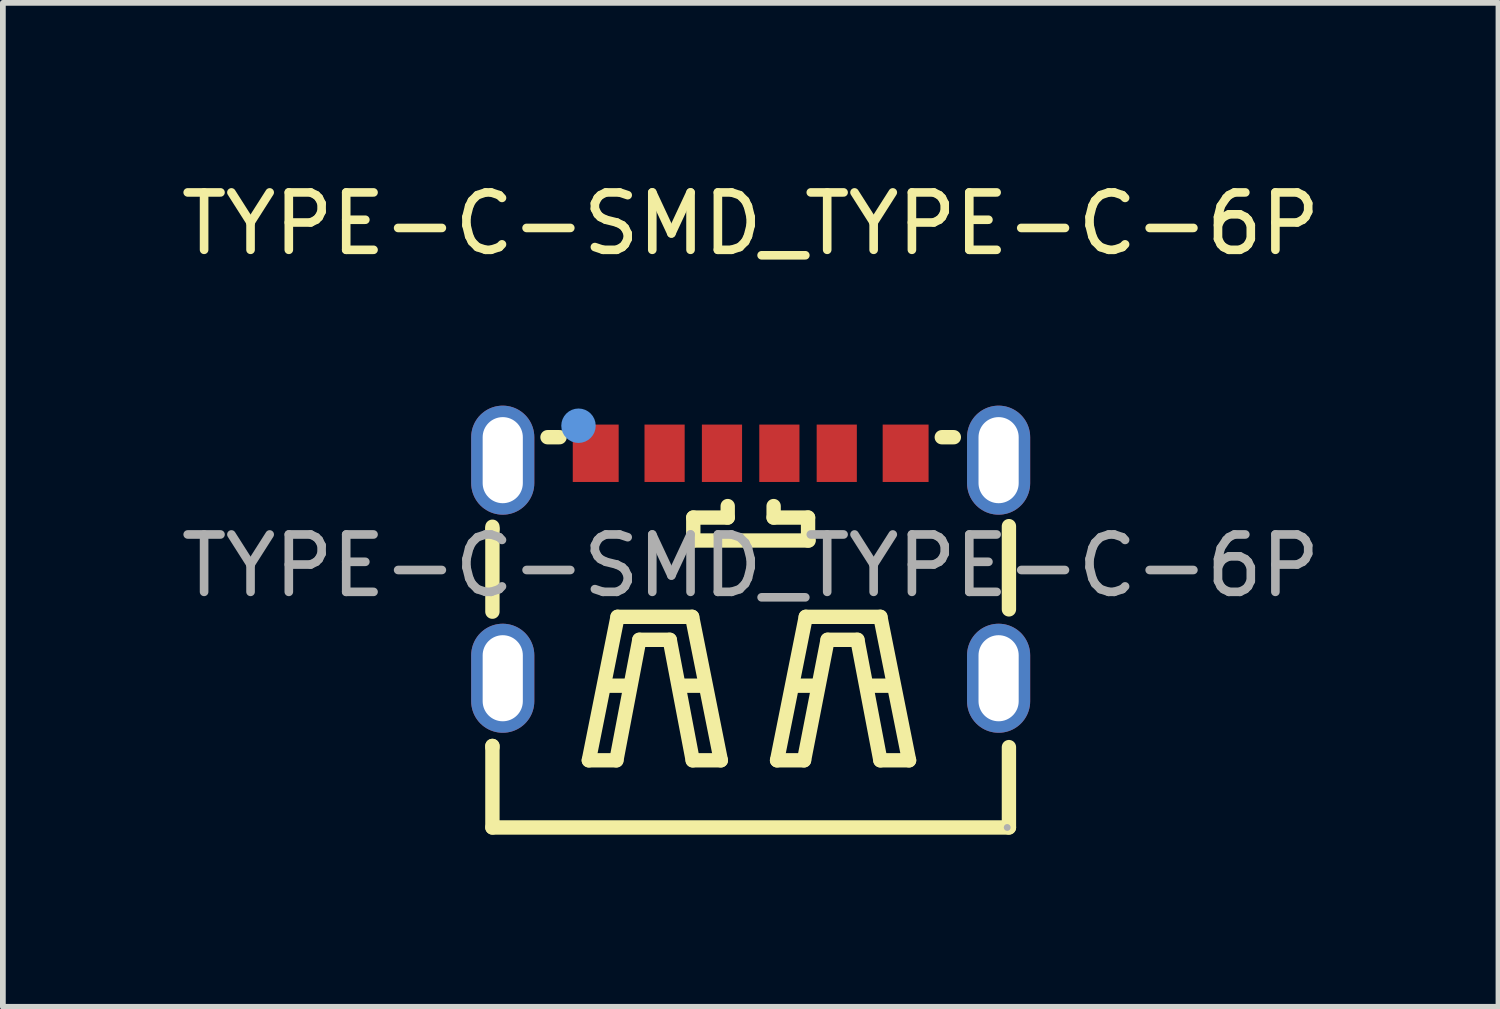
<source format=kicad_pcb>
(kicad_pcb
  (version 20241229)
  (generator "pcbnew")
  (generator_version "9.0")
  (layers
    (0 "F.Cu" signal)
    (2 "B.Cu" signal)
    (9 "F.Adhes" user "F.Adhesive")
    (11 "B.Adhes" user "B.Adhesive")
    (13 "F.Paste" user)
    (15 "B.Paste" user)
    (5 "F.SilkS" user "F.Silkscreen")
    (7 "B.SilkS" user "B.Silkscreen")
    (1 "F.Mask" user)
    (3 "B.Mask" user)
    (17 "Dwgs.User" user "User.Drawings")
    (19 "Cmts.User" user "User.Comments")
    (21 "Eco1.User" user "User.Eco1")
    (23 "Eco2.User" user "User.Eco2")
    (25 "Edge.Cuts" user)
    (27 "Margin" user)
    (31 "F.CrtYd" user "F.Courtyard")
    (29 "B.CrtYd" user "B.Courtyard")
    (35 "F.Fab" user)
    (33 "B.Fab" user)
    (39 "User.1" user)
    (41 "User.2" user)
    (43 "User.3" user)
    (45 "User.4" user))
  (footprint "TYPE-C-SMD_TYPE-C-6P"
    (layer "F.Cu")
    (at 10.03 6.808)
    (property "Reference" "TYPE-C-SMD_TYPE-C-6P" (at 0 -5.96 0) (layer "F.SilkS") (effects (font (size 1 1) (thickness 0.15))))
    (attr smd)
    (fp_line (start -4.5 -0.64) (end -4.5 -0.68) (stroke (width 0.25) (type solid)) (layer "F.SilkS"))
    (fp_line (start -4.5 -0.64) (end -4.5 0.8) (stroke (width 0.25) (type solid)) (layer "F.SilkS"))
    (fp_line (start -4.5 3.14) (end -4.5 4.56) (stroke (width 0.25) (type solid)) (layer "F.SilkS"))
    (fp_line (start -4.5 3.16) (end -4.5 3.14) (stroke (width 0.25) (type solid)) (layer "F.SilkS"))
    (fp_line (start -4.5 4.56) (end 4.5 4.56) (stroke (width 0.25) (type solid)) (layer "F.SilkS"))
    (fp_line (start -3.54 -2.24) (end -3.33 -2.24) (stroke (width 0.25) (type solid)) (layer "F.SilkS"))
    (fp_line (start -2.82 3.39) (end -2.32 0.89) (stroke (width 0.25) (type solid)) (layer "F.SilkS"))
    (fp_line (start -2.52 2.09) (end -2.12 2.09) (stroke (width 0.25) (type solid)) (layer "F.SilkS"))
    (fp_line (start -2.34 3.39) (end -2.82 3.39) (stroke (width 0.25) (type solid)) (layer "F.SilkS"))
    (fp_line (start -2.32 0.89) (end -1.02 0.89) (stroke (width 0.25) (type solid)) (layer "F.SilkS"))
    (fp_line (start -1.94 1.29) (end -2.34 3.39) (stroke (width 0.25) (type solid)) (layer "F.SilkS"))
    (fp_line (start -1.41 1.29) (end -1.94 1.29) (stroke (width 0.25) (type solid)) (layer "F.SilkS"))
    (fp_line (start -1.22 2.09) (end -0.82 2.09) (stroke (width 0.25) (type solid)) (layer "F.SilkS"))
    (fp_line (start -1.02 0.89) (end -0.52 3.39) (stroke (width 0.25) (type solid)) (layer "F.SilkS"))
    (fp_line (start -1.01 -0.44) (end 1.01 -0.44) (stroke (width 0.25) (type solid)) (layer "F.SilkS"))
    (fp_line (start -1.01 3.39) (end -1.41 1.29) (stroke (width 0.25) (type solid)) (layer "F.SilkS"))
    (fp_line (start -1 -0.84) (end -0.4 -0.84) (stroke (width 0.25) (type solid)) (layer "F.SilkS"))
    (fp_line (start -1 -0.44) (end -1 -0.84) (stroke (width 0.25) (type solid)) (layer "F.SilkS"))
    (fp_line (start -0.52 3.39) (end -1.01 3.39) (stroke (width 0.25) (type solid)) (layer "F.SilkS"))
    (fp_line (start -0.4 -0.84) (end -0.4 -1.04) (stroke (width 0.25) (type solid)) (layer "F.SilkS"))
    (fp_line (start 0.4 -0.84) (end 0.4 -1.04) (stroke (width 0.25) (type solid)) (layer "F.SilkS"))
    (fp_line (start 0.46 3.39) (end 0.96 0.89) (stroke (width 0.25) (type solid)) (layer "F.SilkS"))
    (fp_line (start 0.76 2.09) (end 1.16 2.09) (stroke (width 0.25) (type solid)) (layer "F.SilkS"))
    (fp_line (start 0.93 3.39) (end 0.46 3.39) (stroke (width 0.25) (type solid)) (layer "F.SilkS"))
    (fp_line (start 0.96 0.89) (end 2.26 0.89) (stroke (width 0.25) (type solid)) (layer "F.SilkS"))
    (fp_line (start 1 -0.84) (end 0.4 -0.84) (stroke (width 0.25) (type solid)) (layer "F.SilkS"))
    (fp_line (start 1 -0.44) (end 1 -0.84) (stroke (width 0.25) (type solid)) (layer "F.SilkS"))
    (fp_line (start 1.34 1.29) (end 0.93 3.39) (stroke (width 0.25) (type solid)) (layer "F.SilkS"))
    (fp_line (start 1.86 1.29) (end 1.34 1.29) (stroke (width 0.25) (type solid)) (layer "F.SilkS"))
    (fp_line (start 2.06 2.09) (end 2.46 2.09) (stroke (width 0.25) (type solid)) (layer "F.SilkS"))
    (fp_line (start 2.26 0.89) (end 2.76 3.39) (stroke (width 0.25) (type solid)) (layer "F.SilkS"))
    (fp_line (start 2.26 3.39) (end 1.86 1.29) (stroke (width 0.25) (type solid)) (layer "F.SilkS"))
    (fp_line (start 2.76 3.39) (end 2.26 3.39) (stroke (width 0.25) (type solid)) (layer "F.SilkS"))
    (fp_line (start 3.33 -2.24) (end 3.54 -2.24) (stroke (width 0.25) (type solid)) (layer "F.SilkS"))
    (fp_line (start 4.5 0.76) (end 4.5 -0.69) (stroke (width 0.25) (type solid)) (layer "F.SilkS"))
    (fp_line (start 4.5 4.56) (end 4.5 3.16) (stroke (width 0.25) (type solid)) (layer "F.SilkS"))
    (fp_circle (center -3 -2.44) (end -2.85 -2.44) (stroke (width 0.3) (type solid)) (fill no) (layer "Cmts.User"))
    (fp_circle (center 4.47 4.56) (end 4.5 4.56) (stroke (width 0.06) (type solid)) (fill no) (layer "F.Fab"))
    (fp_text user "${REFERENCE}" (at 0 0 0) (layer "F.Fab") (effects (font (size 1 1) (thickness 0.15))))
    (pad "7" thru_hole oval (at -4.32 -1.84) (size 1.1 1.9) (drill oval 0.7 1.5) (layers "*.Cu" "*.Mask"))
    (pad "7" thru_hole oval (at -4.32 1.96) (size 1.1 1.9) (drill oval 0.7 1.5) (layers "*.Cu" "*.Mask"))
    (pad "7" thru_hole oval (at 4.32 -1.84) (size 1.1 1.9) (drill oval 0.7 1.5) (layers "*.Cu" "*.Mask"))
    (pad "7" thru_hole oval (at 4.32 1.96) (size 1.1 1.9) (drill oval 0.7 1.5) (layers "*.Cu" "*.Mask"))
    (pad "A5" smd rect (at -0.5 -1.96) (size 0.7 1) (layers "F.Cu" "F.Mask" "F.Paste"))
    (pad "A9" smd rect (at 1.5 -1.96) (size 0.7 1) (layers "F.Cu" "F.Mask" "F.Paste"))
    (pad "A12" smd rect (at 2.7 -1.96) (size 0.8 1) (layers "F.Cu" "F.Mask" "F.Paste"))
    (pad "B5" smd rect (at 0.5 -1.96) (size 0.7 1) (layers "F.Cu" "F.Mask" "F.Paste"))
    (pad "B9" smd rect (at -1.5 -1.96) (size 0.7 1) (layers "F.Cu" "F.Mask" "F.Paste"))
    (pad "B12" smd rect (at -2.7 -1.96) (size 0.8 1) (layers "F.Cu" "F.Mask" "F.Paste")))
  (gr_rect
    (start -3 -3)
    (end 23.06 14.493)
    (stroke (width 0.1) (type default))
    (fill no)
    (layer "Edge.Cuts")))
</source>
